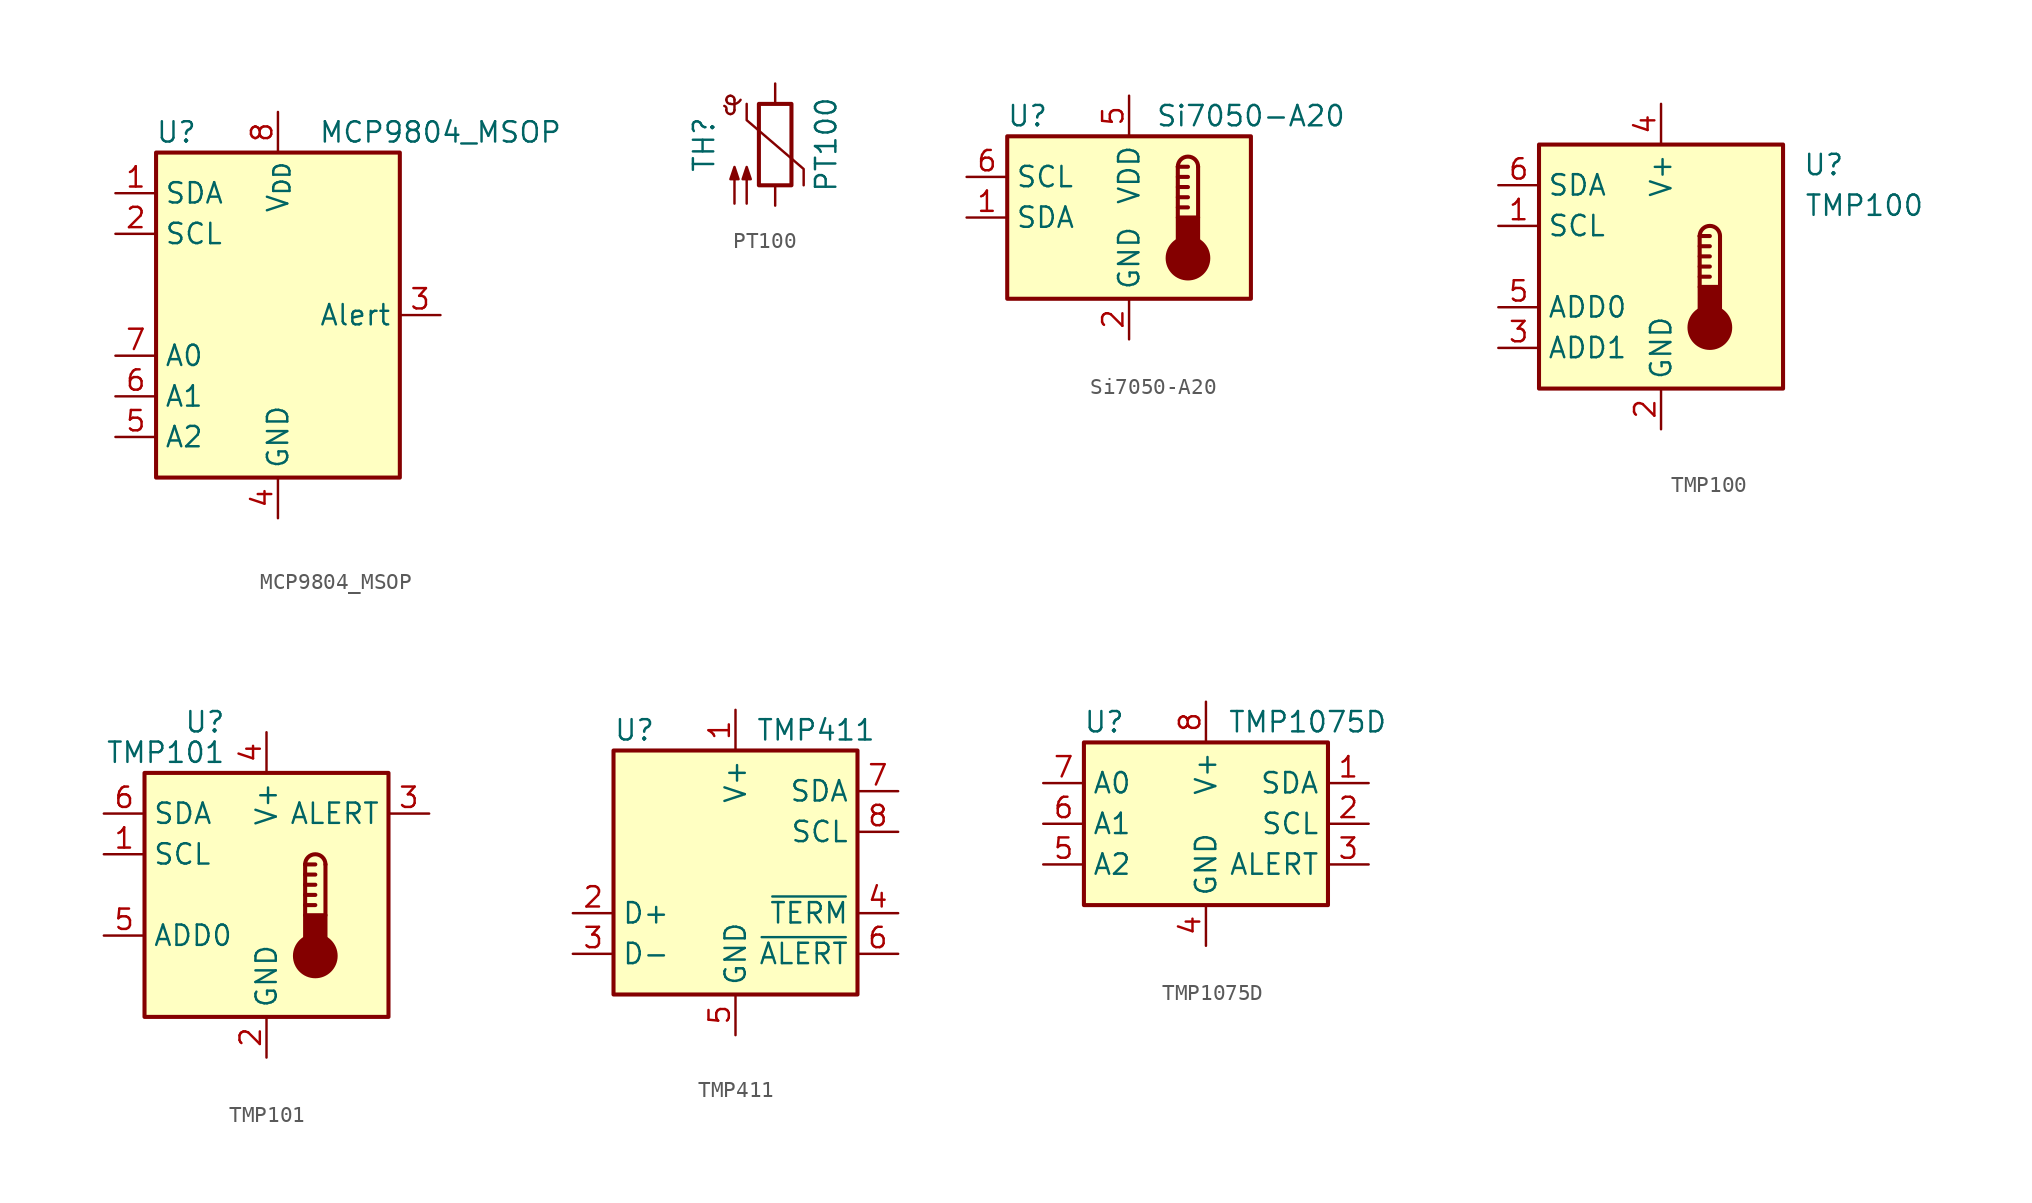
<source format=kicad_sym>
(kicad_symbol_lib
  (version 20220914)
  (generator kicad_symbol_editor)
  (symbol "MCP9804_MSOP"
    (property "Reference" "U"
      (at -6.35 11.43 0)
      (effects (font (size 1.27 1.27))))
    (property "Value" "MCP9804_MSOP"
      (at 10.16 11.43 0)
      (effects (font (size 1.27 1.27))))
    (symbol "MCP9804_MSOP_0_1"
      (rectangle (start -7.62 10.16) (end 7.62 -10.16) (stroke (width 0.254) (type default)) (fill (type background))))
    (symbol "MCP9804_MSOP_1_1"
      (pin bidirectional line (at -10.16 7.62 0) (length 2.54) (name "SDA" (effects (font (size 1.27 1.27)))) (number "1" (effects (font (size 1.27 1.27)))))
      (pin input line (at -10.16 5.08 0) (length 2.54) (name "SCL" (effects (font (size 1.27 1.27)))) (number "2" (effects (font (size 1.27 1.27)))))
      (pin output line (at 10.16 0 180) (length 2.54) (name "Alert" (effects (font (size 1.27 1.27)))) (number "3" (effects (font (size 1.27 1.27)))))
      (pin power_in line (at 0 -12.7 90) (length 2.54) (name "GND" (effects (font (size 1.27 1.27)))) (number "4" (effects (font (size 1.27 1.27)))))
      (pin input line (at -10.16 -7.62 0) (length 2.54) (name "A2" (effects (font (size 1.27 1.27)))) (number "5" (effects (font (size 1.27 1.27)))))
      (pin input line (at -10.16 -5.08 0) (length 2.54) (name "A1" (effects (font (size 1.27 1.27)))) (number "6" (effects (font (size 1.27 1.27)))))
      (pin input line (at -10.16 -2.54 0) (length 2.54) (name "A0" (effects (font (size 1.27 1.27)))) (number "7" (effects (font (size 1.27 1.27)))))
      (pin power_in line (at 0 12.7 270) (length 2.54) (name "V_{DD}" (effects (font (size 1.27 1.27)))) (number "8" (effects (font (size 1.27 1.27)))))))
  (symbol "PT100"
    (pin_numbers hide)
    (pin_names
      (offset 0))
    (property "Reference" "TH"
      (at -4.445 0 90)
      (effects (font (size 1.27 1.27))))
    (property "Value" "PT100"
      (at 3.175 0 90)
      (effects (font (size 1.27 1.27))))
    (symbol "PT100_0_1"
      (arc (start -3.048 2.159) (mid -3.0495 2.3143) (end -3.175 2.413) (stroke (width 0) (type default)) (fill (type none)))
      (arc (start -3.048 2.159) (mid -2.9736 1.9794) (end -2.794 1.905) (stroke (width 0) (type default)) (fill (type none)))
      (arc (start -3.048 2.794) (mid -2.9736 2.6144) (end -2.794 2.54) (stroke (width 0) (type default)) (fill (type none)))
      (arc (start -2.794 1.905) (mid -2.6144 1.9794) (end -2.54 2.159) (stroke (width 0) (type default)) (fill (type none)))
      (arc (start -2.794 2.54) (mid -2.4393 2.5587) (end -2.159 2.794) (stroke (width 0) (type default)) (fill (type none)))
      (arc (start -2.794 3.048) (mid -2.9736 2.9736) (end -3.048 2.794) (stroke (width 0) (type default)) (fill (type none)))
      (arc (start -2.54 2.794) (mid -2.6144 2.9736) (end -2.794 3.048) (stroke (width 0) (type default)) (fill (type none)))
      (rectangle (start -1.016 2.54) (end 1.016 -2.54) (stroke (width 0.254) (type default)) (fill (type none)))
      (polyline (pts (xy -2.54 2.159) (xy -2.54 2.794)) (stroke (width 0) (type default)) (fill (type none)))
      (polyline (pts (xy -1.778 2.54) (xy -1.778 1.524) (xy 1.778 -1.524) (xy 1.778 -2.54)) (stroke (width 0) (type default)) (fill (type none)))
      (polyline (pts (xy -2.54 -3.683) (xy -2.54 -1.397) (xy -2.794 -2.159) (xy -2.286 -2.159) (xy -2.54 -1.397) (xy -2.54 -1.651)) (stroke (width 0) (type default)) (fill (type outline)))
      (polyline (pts (xy -1.778 -3.683) (xy -1.778 -1.397) (xy -2.032 -2.159) (xy -1.524 -2.159) (xy -1.778 -1.397) (xy -1.778 -1.651)) (stroke (width 0) (type default)) (fill (type outline))))
    (symbol "PT100_1_1"
      (pin passive line (at 0 3.81 270) (length 1.27) (name "~" (effects (font (size 1.27 1.27)))) (number "1" (effects (font (size 1.27 1.27)))))
      (pin passive line (at 0 -3.81 90) (length 1.27) (name "~" (effects (font (size 1.27 1.27)))) (number "2" (effects (font (size 1.27 1.27)))))))
  (symbol "Si7050-A20"
    (property "Reference" "U"
      (at -6.35 6.35 0)
      (effects (font (size 1.27 1.27))))
    (property "Value" "Si7050-A20"
      (at 7.62 6.35 0)
      (effects (font (size 1.27 1.27))))
    (symbol "Si7050-A20_0_1"
      (rectangle (start -7.62 5.08) (end 7.62 -5.08) (stroke (width 0.254) (type default)) (fill (type background))))
    (symbol "Si7050-A20_1_1"
      (polyline (pts (xy 3.048 0.635) (xy 3.683 0.635)) (stroke (width 0.254) (type default)) (fill (type none)))
      (polyline (pts (xy 3.048 1.27) (xy 3.683 1.27)) (stroke (width 0.254) (type default)) (fill (type none)))
      (polyline (pts (xy 3.048 1.905) (xy 3.683 1.905)) (stroke (width 0.254) (type default)) (fill (type none)))
      (polyline (pts (xy 3.048 2.54) (xy 3.683 2.54)) (stroke (width 0.254) (type default)) (fill (type none)))
      (polyline (pts (xy 3.048 3.175) (xy 3.048 0)) (stroke (width 0.254) (type default)) (fill (type none)))
      (polyline (pts (xy 3.048 3.175) (xy 3.683 3.175)) (stroke (width 0.254) (type default)) (fill (type none)))
      (polyline (pts (xy 4.318 3.175) (xy 4.318 0)) (stroke (width 0.254) (type default)) (fill (type none)))
      (circle (center 3.683 -2.54) (radius 1.27) (stroke (width 0.254) (type default)) (fill (type outline)))
      (rectangle (start 4.318 -1.905) (end 3.048 0) (stroke (width 0.254) (type default)) (fill (type outline)))
      (arc (start 4.318 3.175) (mid 3.683 3.8073) (end 3.048 3.175) (stroke (width 0.254) (type default)) (fill (type none)))
      (pin bidirectional line (at -10.16 0 0) (length 2.54) (name "SDA" (effects (font (size 1.27 1.27)))) (number "1" (effects (font (size 1.27 1.27)))))
      (pin power_in line (at 0 -7.62 90) (length 2.54) (name "GND" (effects (font (size 1.27 1.27)))) (number "2" (effects (font (size 1.27 1.27)))))
      (pin no_connect line (at 7.62 2.54 180) (length 2.54) hide (name "NC" (effects (font (size 1.27 1.27)))) (number "3" (effects (font (size 1.27 1.27)))))
      (pin no_connect line (at 7.62 -2.54 180) (length 2.54) hide (name "NC" (effects (font (size 1.27 1.27)))) (number "4" (effects (font (size 1.27 1.27)))))
      (pin power_in line (at 0 7.62 270) (length 2.54) (name "VDD" (effects (font (size 1.27 1.27)))) (number "5" (effects (font (size 1.27 1.27)))))
      (pin input line (at -10.16 2.54 0) (length 2.54) (name "SCL" (effects (font (size 1.27 1.27)))) (number "6" (effects (font (size 1.27 1.27)))))))
  (symbol "TMP100"
    (property "Reference" "U"
      (at 10.16 6.35 0)
      (effects (font (size 1.27 1.27))))
    (property "Value" "TMP100"
      (at 12.7 3.81 0)
      (effects (font (size 1.27 1.27))))
    (symbol "TMP100_0_1"
      (rectangle (start -7.62 7.62) (end 7.62 -7.62) (stroke (width 0.254) (type default)) (fill (type background))))
    (symbol "TMP100_1_1"
      (polyline (pts (xy 2.413 -0.635) (xy 3.048 -0.635)) (stroke (width 0.254) (type default)) (fill (type none)))
      (polyline (pts (xy 2.413 0) (xy 3.048 0)) (stroke (width 0.254) (type default)) (fill (type none)))
      (polyline (pts (xy 2.413 0.635) (xy 3.048 0.635)) (stroke (width 0.254) (type default)) (fill (type none)))
      (polyline (pts (xy 2.413 1.27) (xy 3.048 1.27)) (stroke (width 0.254) (type default)) (fill (type none)))
      (polyline (pts (xy 2.413 1.905) (xy 2.413 -1.27)) (stroke (width 0.254) (type default)) (fill (type none)))
      (polyline (pts (xy 2.413 1.905) (xy 3.048 1.905)) (stroke (width 0.254) (type default)) (fill (type none)))
      (polyline (pts (xy 3.683 1.905) (xy 3.683 -1.27)) (stroke (width 0.254) (type default)) (fill (type none)))
      (circle (center 3.048 -3.81) (radius 1.27) (stroke (width 0.254) (type default)) (fill (type outline)))
      (rectangle (start 3.683 -3.175) (end 2.413 -1.27) (stroke (width 0.254) (type default)) (fill (type outline)))
      (arc (start 3.683 1.905) (mid 3.048 2.5373) (end 2.413 1.905) (stroke (width 0.254) (type default)) (fill (type none)))
      (pin input line (at -10.16 2.54 0) (length 2.54) (name "SCL" (effects (font (size 1.27 1.27)))) (number "1" (effects (font (size 1.27 1.27)))))
      (pin power_in line (at 0 -10.16 90) (length 2.54) (name "GND" (effects (font (size 1.27 1.27)))) (number "2" (effects (font (size 1.27 1.27)))))
      (pin input line (at -10.16 -5.08 0) (length 2.54) (name "ADD1" (effects (font (size 1.27 1.27)))) (number "3" (effects (font (size 1.27 1.27)))))
      (pin power_in line (at 0 10.16 270) (length 2.54) (name "V+" (effects (font (size 1.27 1.27)))) (number "4" (effects (font (size 1.27 1.27)))))
      (pin input line (at -10.16 -2.54 0) (length 2.54) (name "ADD0" (effects (font (size 1.27 1.27)))) (number "5" (effects (font (size 1.27 1.27)))))
      (pin bidirectional line (at -10.16 5.08 0) (length 2.54) (name "SDA" (effects (font (size 1.27 1.27)))) (number "6" (effects (font (size 1.27 1.27)))))))
  (symbol "TMP101"
    (property "Reference" "U"
      (at -2.54 10.795 0)
      (effects (font (size 1.27 1.27)) (justify right)))
    (property "Value" "TMP101"
      (at -2.54 8.89 0)
      (effects (font (size 1.27 1.27)) (justify right)))
    (symbol "TMP101_0_1"
      (rectangle (start -7.62 7.62) (end 7.62 -7.62) (stroke (width 0.254) (type default)) (fill (type background))))
    (symbol "TMP101_1_1"
      (polyline (pts (xy 2.413 -0.635) (xy 3.048 -0.635)) (stroke (width 0.254) (type default)) (fill (type none)))
      (polyline (pts (xy 2.413 0) (xy 3.048 0)) (stroke (width 0.254) (type default)) (fill (type none)))
      (polyline (pts (xy 2.413 0.635) (xy 3.048 0.635)) (stroke (width 0.254) (type default)) (fill (type none)))
      (polyline (pts (xy 2.413 1.27) (xy 3.048 1.27)) (stroke (width 0.254) (type default)) (fill (type none)))
      (polyline (pts (xy 2.413 1.905) (xy 2.413 -1.27)) (stroke (width 0.254) (type default)) (fill (type none)))
      (polyline (pts (xy 2.413 1.905) (xy 3.048 1.905)) (stroke (width 0.254) (type default)) (fill (type none)))
      (polyline (pts (xy 3.683 1.905) (xy 3.683 -1.27)) (stroke (width 0.254) (type default)) (fill (type none)))
      (circle (center 3.048 -3.81) (radius 1.27) (stroke (width 0.254) (type default)) (fill (type outline)))
      (rectangle (start 3.683 -3.175) (end 2.413 -1.27) (stroke (width 0.254) (type default)) (fill (type outline)))
      (arc (start 3.683 1.905) (mid 3.048 2.5373) (end 2.413 1.905) (stroke (width 0.254) (type default)) (fill (type none)))
      (pin input line (at -10.16 2.54 0) (length 2.54) (name "SCL" (effects (font (size 1.27 1.27)))) (number "1" (effects (font (size 1.27 1.27)))))
      (pin power_in line (at 0 -10.16 90) (length 2.54) (name "GND" (effects (font (size 1.27 1.27)))) (number "2" (effects (font (size 1.27 1.27)))))
      (pin open_collector line (at 10.16 5.08 180) (length 2.54) (name "ALERT" (effects (font (size 1.27 1.27)))) (number "3" (effects (font (size 1.27 1.27)))))
      (pin power_in line (at 0 10.16 270) (length 2.54) (name "V+" (effects (font (size 1.27 1.27)))) (number "4" (effects (font (size 1.27 1.27)))))
      (pin input line (at -10.16 -2.54 0) (length 2.54) (name "ADD0" (effects (font (size 1.27 1.27)))) (number "5" (effects (font (size 1.27 1.27)))))
      (pin bidirectional line (at -10.16 5.08 0) (length 2.54) (name "SDA" (effects (font (size 1.27 1.27)))) (number "6" (effects (font (size 1.27 1.27)))))))
  (symbol "TMP411"
    (property "Reference" "U"
      (at -7.62 8.89 0)
      (effects (font (size 1.27 1.27)) (justify left)))
    (property "Value" "TMP411"
      (at 1.27 8.89 0)
      (effects (font (size 1.27 1.27)) (justify left)))
    (symbol "TMP411_0_1"
      (rectangle (start -7.62 7.62) (end 7.62 -7.62) (stroke (width 0.254) (type default)) (fill (type background))))
    (symbol "TMP411_1_1"
      (pin power_in line (at 0 10.16 270) (length 2.54) (name "V+" (effects (font (size 1.27 1.27)))) (number "1" (effects (font (size 1.27 1.27)))))
      (pin passive line (at -10.16 -2.54 0) (length 2.54) (name "D+" (effects (font (size 1.27 1.27)))) (number "2" (effects (font (size 1.27 1.27)))))
      (pin passive line (at -10.16 -5.08 0) (length 2.54) (name "D-" (effects (font (size 1.27 1.27)))) (number "3" (effects (font (size 1.27 1.27)))))
      (pin open_collector line (at 10.16 -2.54 180) (length 2.54) (name "~{TERM}" (effects (font (size 1.27 1.27)))) (number "4" (effects (font (size 1.27 1.27)))))
      (pin power_in line (at 0 -10.16 90) (length 2.54) (name "GND" (effects (font (size 1.27 1.27)))) (number "5" (effects (font (size 1.27 1.27)))))
      (pin open_collector line (at 10.16 -5.08 180) (length 2.54) (name "~{ALERT}" (effects (font (size 1.27 1.27)))) (number "6" (effects (font (size 1.27 1.27)))))
      (pin bidirectional line (at 10.16 5.08 180) (length 2.54) (name "SDA" (effects (font (size 1.27 1.27)))) (number "7" (effects (font (size 1.27 1.27)))))
      (pin input line (at 10.16 2.54 180) (length 2.54) (name "SCL" (effects (font (size 1.27 1.27)))) (number "8" (effects (font (size 1.27 1.27)))))))
  (symbol "TMP1075D"
    (property "Reference" "U"
      (at -6.35 6.35 0)
      (effects (font (size 1.27 1.27))))
    (property "Value" "TMP1075D"
      (at 6.35 6.35 0)
      (effects (font (size 1.27 1.27))))
    (symbol "TMP1075D_0_1"
      (rectangle (start -7.62 5.08) (end 7.62 -5.08) (stroke (width 0.254) (type default)) (fill (type background))))
    (symbol "TMP1075D_1_1"
      (pin bidirectional line (at 10.16 2.54 180) (length 2.54) (name "SDA" (effects (font (size 1.27 1.27)))) (number "1" (effects (font (size 1.27 1.27)))))
      (pin input line (at 10.16 0 180) (length 2.54) (name "SCL" (effects (font (size 1.27 1.27)))) (number "2" (effects (font (size 1.27 1.27)))))
      (pin open_collector line (at 10.16 -2.54 180) (length 2.54) (name "ALERT" (effects (font (size 1.27 1.27)))) (number "3" (effects (font (size 1.27 1.27)))))
      (pin power_in line (at 0 -7.62 90) (length 2.54) (name "GND" (effects (font (size 1.27 1.27)))) (number "4" (effects (font (size 1.27 1.27)))))
      (pin input line (at -10.16 -2.54 0) (length 2.54) (name "A2" (effects (font (size 1.27 1.27)))) (number "5" (effects (font (size 1.27 1.27)))))
      (pin input line (at -10.16 0 0) (length 2.54) (name "A1" (effects (font (size 1.27 1.27)))) (number "6" (effects (font (size 1.27 1.27)))))
      (pin input line (at -10.16 2.54 0) (length 2.54) (name "A0" (effects (font (size 1.27 1.27)))) (number "7" (effects (font (size 1.27 1.27)))))
      (pin power_in line (at 0 7.62 270) (length 2.54) (name "V+" (effects (font (size 1.27 1.27)))) (number "8" (effects (font (size 1.27 1.27))))))))
</source>
